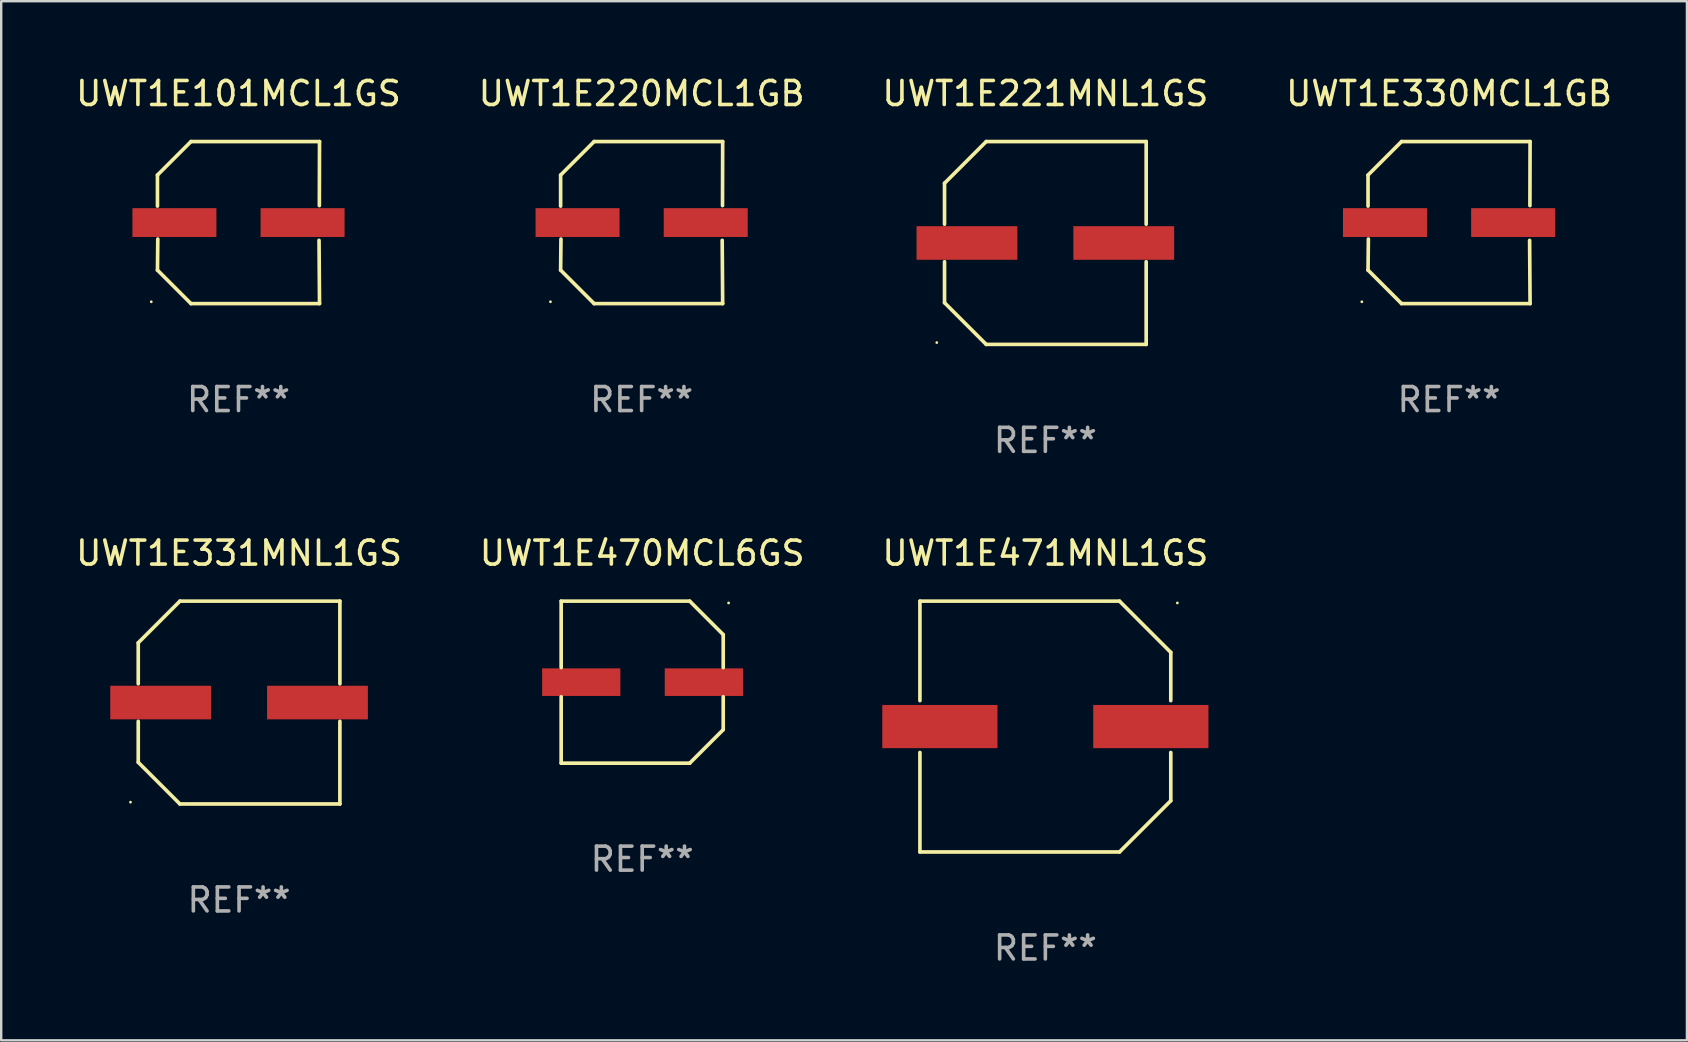
<source format=kicad_pcb>
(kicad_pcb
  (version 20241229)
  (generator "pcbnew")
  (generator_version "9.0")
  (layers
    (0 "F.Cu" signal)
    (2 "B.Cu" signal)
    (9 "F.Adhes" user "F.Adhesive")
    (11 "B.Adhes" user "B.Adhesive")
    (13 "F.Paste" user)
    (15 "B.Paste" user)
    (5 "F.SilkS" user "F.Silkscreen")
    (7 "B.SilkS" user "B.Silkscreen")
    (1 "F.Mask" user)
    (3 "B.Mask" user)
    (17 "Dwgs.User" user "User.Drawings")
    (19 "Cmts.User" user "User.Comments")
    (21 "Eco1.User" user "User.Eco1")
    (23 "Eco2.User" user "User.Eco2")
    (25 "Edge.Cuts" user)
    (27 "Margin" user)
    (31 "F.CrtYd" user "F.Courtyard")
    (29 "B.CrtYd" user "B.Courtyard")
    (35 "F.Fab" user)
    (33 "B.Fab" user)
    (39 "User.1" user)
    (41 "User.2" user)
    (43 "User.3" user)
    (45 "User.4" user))
  (footprint "UWT1E101MCL1GS"
    (layer "F.Cu")
    (at 6.887 6.224)
    (property "Reference" "UWT1E101MCL1GS" (at 0 -5.376 0) (layer "F.SilkS") (effects (font (size 1 1) (thickness 0.15))))
    (attr through_hole)
    (fp_line (start -3.376 -1.98) (end -3.376 -0.686) (stroke (width 0.152) (type solid)) (layer "F.SilkS"))
    (fp_line (start -3.376 1.981) (end -3.362 0.686) (stroke (width 0.152) (type solid)) (layer "F.SilkS"))
    (fp_line (start -1.981 3.376) (end -3.376 1.981) (stroke (width 0.152) (type solid)) (layer "F.SilkS"))
    (fp_line (start -1.98 -3.376) (end -3.376 -1.98) (stroke (width 0.152) (type solid)) (layer "F.SilkS"))
    (fp_line (start 3.356 0.74) (end 3.376 3.376) (stroke (width 0.152) (type solid)) (layer "F.SilkS"))
    (fp_line (start 3.369 -0.707) (end 3.376 -3.376) (stroke (width 0.152) (type solid)) (layer "F.SilkS"))
    (fp_line (start 3.376 3.376) (end -1.981 3.376) (stroke (width 0.152) (type solid)) (layer "F.SilkS"))
    (fp_line (start 3.376 -3.376) (end -1.98 -3.376) (stroke (width 0.152) (type solid)) (layer "F.SilkS"))
    (fp_circle (center -3.634 3.3) (end -3.604 3.3) (stroke (width 0.06) (type solid)) (fill no) (layer "F.SilkS"))
    (fp_text user "REF**" (at 0 7.376 0) (layer "F.Fab") (effects (font (size 1 1) (thickness 0.15))))
    (pad "1" smd rect (at -2.67 0.000254) (size 3.5 1.2) (layers "F.Cu" "F.Mask" "F.Paste"))
    (pad "2" smd rect (at 2.67 0.000254) (size 3.5 1.2) (layers "F.Cu" "F.Mask" "F.Paste")))
  (footprint "UWT1E471MNL1GS"
    (layer "F.Cu")
    (at 40.506 27.223)
    (property "Reference" "UWT1E471MNL1GS" (at 0 -7.226 0) (layer "F.SilkS") (effects (font (size 1 1) (thickness 0.15))))
    (attr through_hole)
    (fp_line (start -5.226 -5.226) (end -5.226 -1.08) (stroke (width 0.152) (type solid)) (layer "F.SilkS"))
    (fp_line (start -5.226 -5.226) (end 3.09 -5.226) (stroke (width 0.152) (type solid)) (layer "F.SilkS"))
    (fp_line (start -5.226 1.08) (end -5.226 5.226) (stroke (width 0.152) (type solid)) (layer "F.SilkS"))
    (fp_line (start -5.226 5.226) (end 3.09 5.226) (stroke (width 0.152) (type solid)) (layer "F.SilkS"))
    (fp_line (start 3.09 -5.226) (end 5.226 -3.09) (stroke (width 0.152) (type solid)) (layer "F.SilkS"))
    (fp_line (start 3.09 5.226) (end 5.226 3.09) (stroke (width 0.152) (type solid)) (layer "F.SilkS"))
    (fp_line (start 5.226 -1.08) (end 5.226 -3.09) (stroke (width 0.152) (type solid)) (layer "F.SilkS"))
    (fp_line (start 5.226 3.09) (end 5.226 1.08) (stroke (width 0.152) (type solid)) (layer "F.SilkS"))
    (fp_circle (center 5.5 -5.15) (end 5.53 -5.15) (stroke (width 0.06) (type solid)) (fill no) (layer "F.SilkS"))
    (fp_text user "REF**" (at 0 9.226 0) (layer "F.Fab") (effects (font (size 1 1) (thickness 0.15))))
    (pad "1" smd rect (at 4.395 0 180) (size 4.8 1.8) (layers "F.Cu" "F.Mask" "F.Paste"))
    (pad "2" smd rect (at -4.395 0 180) (size 4.8 1.8) (layers "F.Cu" "F.Mask" "F.Paste")))
  (footprint "UWT1E470MCL6GS"
    (layer "F.Cu")
    (at 23.708 25.373)
    (property "Reference" "UWT1E470MCL6GS" (at 0 -5.376 0) (layer "F.SilkS") (effects (font (size 1 1) (thickness 0.15))))
    (attr through_hole)
    (fp_line (start -3.376 -3.376) (end 1.98 -3.376) (stroke (width 0.152) (type solid)) (layer "F.SilkS"))
    (fp_line (start -3.376 -0.607) (end -3.376 -3.376) (stroke (width 0.152) (type solid)) (layer "F.SilkS"))
    (fp_line (start -3.376 0.607) (end -3.376 3.376) (stroke (width 0.152) (type solid)) (layer "F.SilkS"))
    (fp_line (start -3.376 3.376) (end 1.98 3.376) (stroke (width 0.152) (type solid)) (layer "F.SilkS"))
    (fp_line (start 1.98 -3.376) (end 3.376 -1.98) (stroke (width 0.152) (type solid)) (layer "F.SilkS"))
    (fp_line (start 1.98 3.376) (end 3.376 1.98) (stroke (width 0.152) (type solid)) (layer "F.SilkS"))
    (fp_line (start 3.376 -1.98) (end 3.376 -0.607) (stroke (width 0.152) (type solid)) (layer "F.SilkS"))
    (fp_line (start 3.376 1.98) (end 3.376 0.607) (stroke (width 0.152) (type solid)) (layer "F.SilkS"))
    (fp_circle (center 3.6 -3.3) (end 3.63 -3.3) (stroke (width 0.06) (type solid)) (fill no) (layer "F.SilkS"))
    (fp_text user "REF**" (at 0 7.376 0) (layer "F.Fab") (effects (font (size 1 1) (thickness 0.15))))
    (pad "1" smd rect (at 2.57 0 180) (size 3.26 1.15) (layers "F.Cu" "F.Mask" "F.Paste"))
    (pad "2" smd rect (at -2.54 0 180) (size 3.26 1.15) (layers "F.Cu" "F.Mask" "F.Paste")))
  (footprint "UWT1E221MNL1GS"
    (layer "F.Cu")
    (at 40.506 7.074)
    (property "Reference" "UWT1E221MNL1GS" (at 0 -6.226 0) (layer "F.SilkS") (effects (font (size 1 1) (thickness 0.15))))
    (attr through_hole)
    (fp_line (start -4.201 -2.49) (end -4.201 -0.782) (stroke (width 0.152) (type solid)) (layer "F.SilkS"))
    (fp_line (start -4.201 2.49) (end -4.201 0.782) (stroke (width 0.152) (type solid)) (layer "F.SilkS"))
    (fp_line (start -2.465 -4.226) (end -4.201 -2.49) (stroke (width 0.152) (type solid)) (layer "F.SilkS"))
    (fp_line (start -2.465 4.226) (end -4.201 2.49) (stroke (width 0.152) (type solid)) (layer "F.SilkS"))
    (fp_line (start 4.201 -4.226) (end -2.465 -4.226) (stroke (width 0.152) (type solid)) (layer "F.SilkS"))
    (fp_line (start 4.201 -0.782) (end 4.201 -4.226) (stroke (width 0.152) (type solid)) (layer "F.SilkS"))
    (fp_line (start 4.201 0.782) (end 4.201 4.226) (stroke (width 0.152) (type solid)) (layer "F.SilkS"))
    (fp_line (start 4.201 4.226) (end -2.465 4.226) (stroke (width 0.152) (type solid)) (layer "F.SilkS"))
    (fp_circle (center -4.524 4.15) (end -4.494 4.15) (stroke (width 0.06) (type solid)) (fill no) (layer "F.SilkS"))
    (fp_text user "REF**" (at 0 8.226 0) (layer "F.Fab") (effects (font (size 1 1) (thickness 0.15))))
    (pad "1" smd rect (at -3.267 0) (size 4.2 1.4) (layers "F.Cu" "F.Mask" "F.Paste"))
    (pad "2" smd rect (at 3.267 0) (size 4.2 1.4) (layers "F.Cu" "F.Mask" "F.Paste")))
  (footprint "UWT1E330MCL1GB"
    (layer "F.Cu")
    (at 57.327 6.224)
    (property "Reference" "UWT1E330MCL1GB" (at 0 -5.376 0) (layer "F.SilkS") (effects (font (size 1 1) (thickness 0.15))))
    (attr through_hole)
    (fp_line (start -3.376 -1.98) (end -3.376 -0.686) (stroke (width 0.152) (type solid)) (layer "F.SilkS"))
    (fp_line (start -3.376 1.981) (end -3.362 0.686) (stroke (width 0.152) (type solid)) (layer "F.SilkS"))
    (fp_line (start -1.981 3.376) (end -3.376 1.981) (stroke (width 0.152) (type solid)) (layer "F.SilkS"))
    (fp_line (start -1.98 -3.376) (end -3.376 -1.98) (stroke (width 0.152) (type solid)) (layer "F.SilkS"))
    (fp_line (start 3.356 0.74) (end 3.376 3.376) (stroke (width 0.152) (type solid)) (layer "F.SilkS"))
    (fp_line (start 3.369 -0.707) (end 3.376 -3.376) (stroke (width 0.152) (type solid)) (layer "F.SilkS"))
    (fp_line (start 3.376 3.376) (end -1.981 3.376) (stroke (width 0.152) (type solid)) (layer "F.SilkS"))
    (fp_line (start 3.376 -3.376) (end -1.98 -3.376) (stroke (width 0.152) (type solid)) (layer "F.SilkS"))
    (fp_circle (center -3.634 3.3) (end -3.604 3.3) (stroke (width 0.06) (type solid)) (fill no) (layer "F.SilkS"))
    (fp_text user "REF**" (at 0 7.376 0) (layer "F.Fab") (effects (font (size 1 1) (thickness 0.15))))
    (pad "1" smd rect (at -2.67 0.000254) (size 3.5 1.2) (layers "F.Cu" "F.Mask" "F.Paste"))
    (pad "2" smd rect (at 2.67 0.000254) (size 3.5 1.2) (layers "F.Cu" "F.Mask" "F.Paste")))
  (footprint "UWT1E331MNL1GS"
    (layer "F.Cu")
    (at 6.911 26.223)
    (property "Reference" "UWT1E331MNL1GS" (at 0 -6.226 0) (layer "F.SilkS") (effects (font (size 1 1) (thickness 0.15))))
    (attr through_hole)
    (fp_line (start -4.201 -2.49) (end -4.201 -0.782) (stroke (width 0.152) (type solid)) (layer "F.SilkS"))
    (fp_line (start -4.201 2.49) (end -4.201 0.782) (stroke (width 0.152) (type solid)) (layer "F.SilkS"))
    (fp_line (start -2.465 -4.226) (end -4.201 -2.49) (stroke (width 0.152) (type solid)) (layer "F.SilkS"))
    (fp_line (start -2.465 4.226) (end -4.201 2.49) (stroke (width 0.152) (type solid)) (layer "F.SilkS"))
    (fp_line (start 4.201 -4.226) (end -2.465 -4.226) (stroke (width 0.152) (type solid)) (layer "F.SilkS"))
    (fp_line (start 4.201 -0.782) (end 4.201 -4.226) (stroke (width 0.152) (type solid)) (layer "F.SilkS"))
    (fp_line (start 4.201 0.782) (end 4.201 4.226) (stroke (width 0.152) (type solid)) (layer "F.SilkS"))
    (fp_line (start 4.201 4.226) (end -2.465 4.226) (stroke (width 0.152) (type solid)) (layer "F.SilkS"))
    (fp_circle (center -4.524 4.15) (end -4.494 4.15) (stroke (width 0.06) (type solid)) (fill no) (layer "F.SilkS"))
    (fp_text user "REF**" (at 0 8.226 0) (layer "F.Fab") (effects (font (size 1 1) (thickness 0.15))))
    (pad "1" smd rect (at -3.267 0) (size 4.2 1.4) (layers "F.Cu" "F.Mask" "F.Paste"))
    (pad "2" smd rect (at 3.267 0) (size 4.2 1.4) (layers "F.Cu" "F.Mask" "F.Paste")))
  (footprint "UWT1E220MCL1GB"
    (layer "F.Cu")
    (at 23.685 6.224)
    (property "Reference" "UWT1E220MCL1GB" (at 0 -5.376 0) (layer "F.SilkS") (effects (font (size 1 1) (thickness 0.15))))
    (attr through_hole)
    (fp_line (start -3.376 -1.98) (end -3.376 -0.686) (stroke (width 0.152) (type solid)) (layer "F.SilkS"))
    (fp_line (start -3.376 1.981) (end -3.362 0.686) (stroke (width 0.152) (type solid)) (layer "F.SilkS"))
    (fp_line (start -1.981 3.376) (end -3.376 1.981) (stroke (width 0.152) (type solid)) (layer "F.SilkS"))
    (fp_line (start -1.98 -3.376) (end -3.376 -1.98) (stroke (width 0.152) (type solid)) (layer "F.SilkS"))
    (fp_line (start 3.356 0.74) (end 3.376 3.376) (stroke (width 0.152) (type solid)) (layer "F.SilkS"))
    (fp_line (start 3.369 -0.707) (end 3.376 -3.376) (stroke (width 0.152) (type solid)) (layer "F.SilkS"))
    (fp_line (start 3.376 3.376) (end -1.981 3.376) (stroke (width 0.152) (type solid)) (layer "F.SilkS"))
    (fp_line (start 3.376 -3.376) (end -1.98 -3.376) (stroke (width 0.152) (type solid)) (layer "F.SilkS"))
    (fp_circle (center -3.8 3.3) (end -3.77 3.3) (stroke (width 0.06) (type solid)) (fill no) (layer "F.SilkS"))
    (fp_text user "REF**" (at 0 7.376 0) (layer "F.Fab") (effects (font (size 1 1) (thickness 0.15))))
    (pad "1" smd rect (at -2.67 0.000203) (size 3.5 1.2) (layers "F.Cu" "F.Mask" "F.Paste"))
    (pad "2" smd rect (at 2.67 0.000203) (size 3.5 1.2) (layers "F.Cu" "F.Mask" "F.Paste")))
  (gr_rect
    (start -3 -3)
    (end 67.238 40.298)
    (stroke (width 0.1) (type default))
    (fill no)
    (layer "Edge.Cuts")))
</source>
